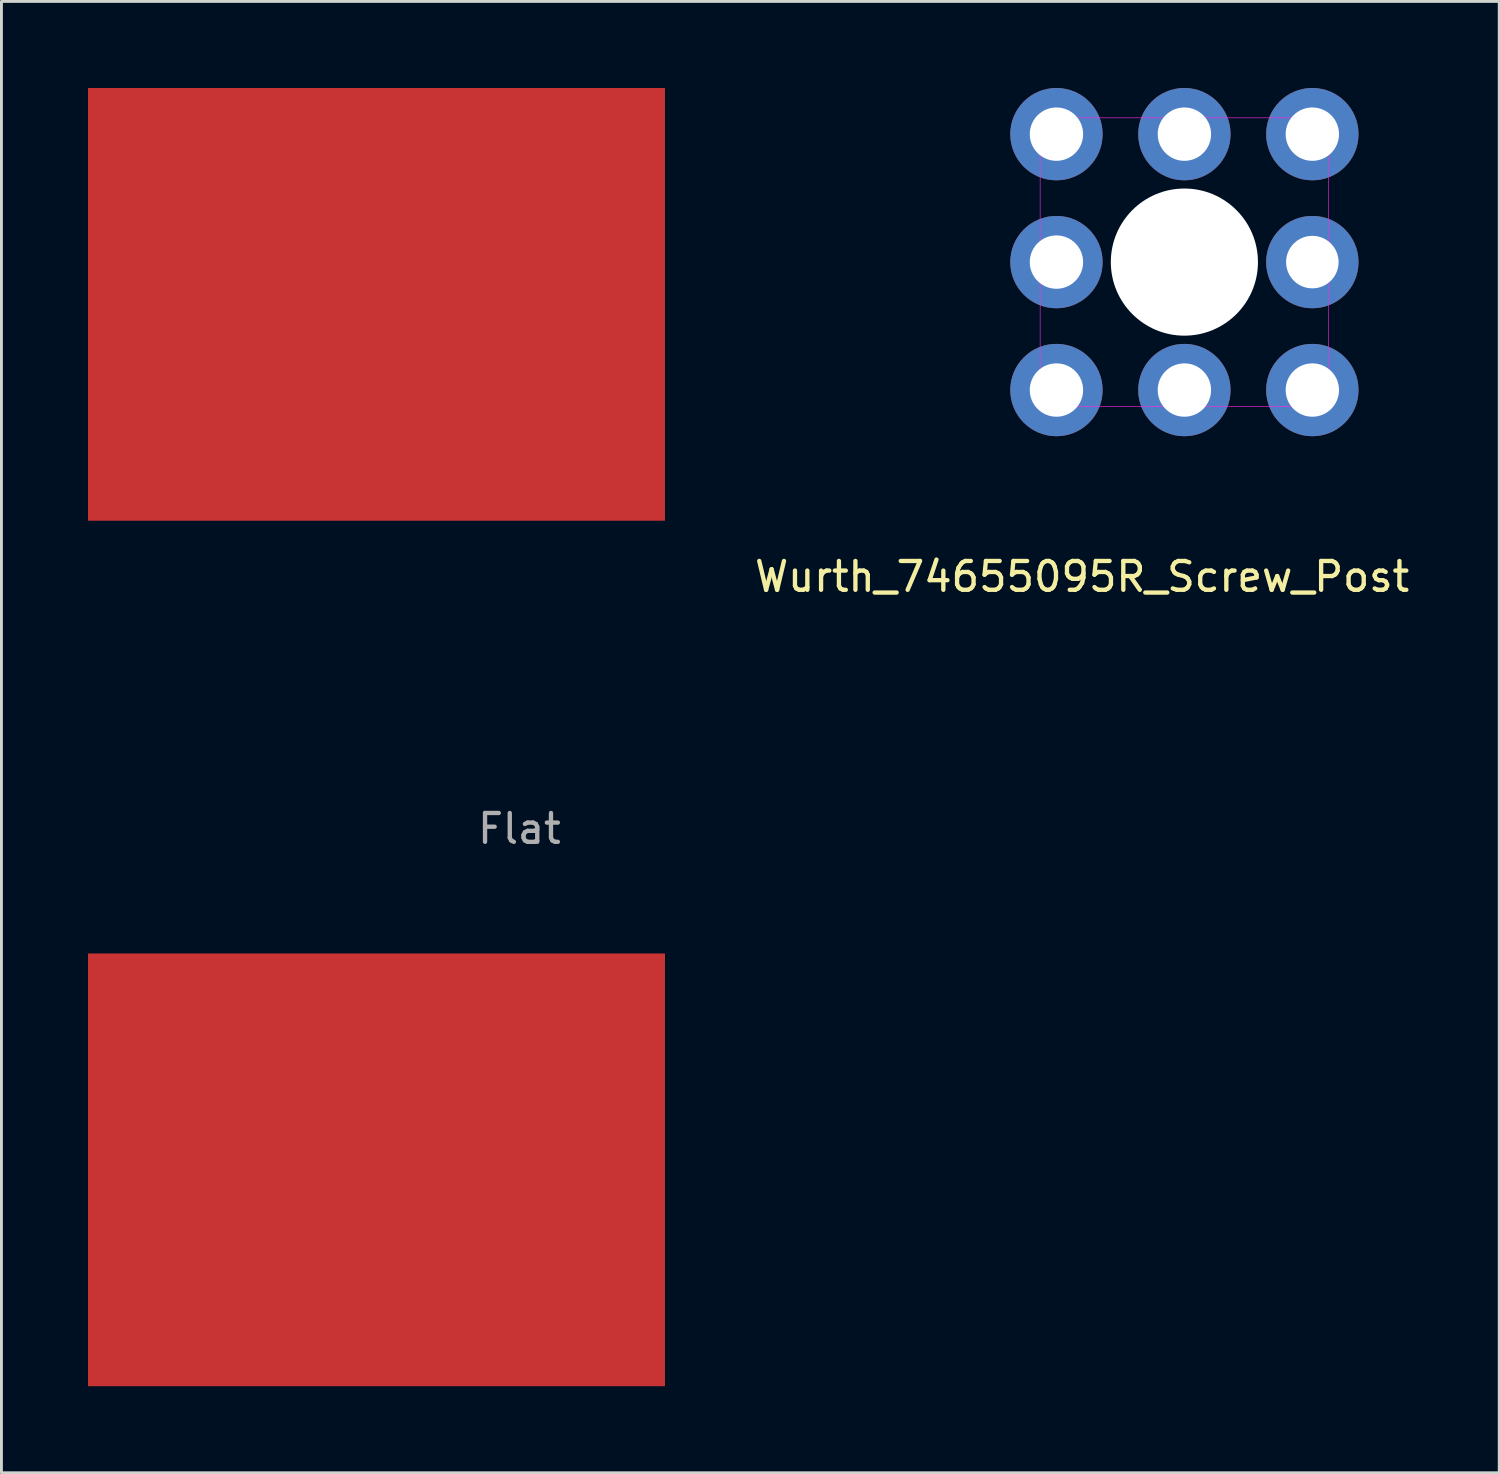
<source format=kicad_pcb>
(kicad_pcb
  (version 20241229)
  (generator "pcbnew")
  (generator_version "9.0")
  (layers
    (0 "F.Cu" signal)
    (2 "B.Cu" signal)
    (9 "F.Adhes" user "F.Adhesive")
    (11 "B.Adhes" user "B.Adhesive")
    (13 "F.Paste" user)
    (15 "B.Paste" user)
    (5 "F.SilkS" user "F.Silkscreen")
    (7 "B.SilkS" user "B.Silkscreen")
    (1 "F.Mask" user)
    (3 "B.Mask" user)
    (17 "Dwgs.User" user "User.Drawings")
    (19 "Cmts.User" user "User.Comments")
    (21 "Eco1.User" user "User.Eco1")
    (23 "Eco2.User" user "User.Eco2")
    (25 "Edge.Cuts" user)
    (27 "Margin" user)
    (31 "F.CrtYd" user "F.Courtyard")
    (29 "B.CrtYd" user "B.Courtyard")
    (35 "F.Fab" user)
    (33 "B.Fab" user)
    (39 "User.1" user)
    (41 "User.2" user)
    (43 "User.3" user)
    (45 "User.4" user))
  (footprint "Wurth_74655095R_Screw_Post"
    (layer "F.Cu")
    (at 33.569 10.47)
    (property "Reference" "Wurth_74655095R_Screw_Post" (at 0.889 6.469 0) (layer "F.SilkS") (effects (font (size 1 1) (thickness 0.15))))
    (attr through_hole)
    (fp_line (start -0.565 -9.435) (end -0.565 0.565) (stroke (width 0.02) (type solid)) (layer "F.CrtYd"))
    (fp_line (start 9.435 -9.435) (end -0.565 -9.435) (stroke (width 0.02) (type solid)) (layer "F.CrtYd"))
    (fp_line (start 9.435 -9.435) (end 9.435 0.565) (stroke (width 0.02) (type solid)) (layer "F.CrtYd"))
    (fp_line (start 9.435 0.565) (end -0.565 0.565) (stroke (width 0.02) (type solid)) (layer "F.CrtYd"))
    (pad "" np_thru_hole circle (at 4.435 -4.435) (size 5.1 5.1) (drill 5.1) (layers "*.Cu" "*.Mask"))
    (pad "1" thru_hole circle (at 0 -8.87) (size 3.2 3.2) (drill 1.85) (layers "*.Cu" "*.Mask"))
    (pad "1" thru_hole circle (at 0 -4.435) (size 3.2 3.2) (drill 1.85) (layers "*.Cu" "*.Mask"))
    (pad "1" thru_hole circle (at 0 0) (size 3.2 3.2) (drill 1.85) (layers "*.Cu" "*.Mask"))
    (pad "1" thru_hole circle (at 4.435 -8.87) (size 3.2 3.2) (drill 1.85) (layers "*.Cu" "*.Mask"))
    (pad "1" thru_hole circle (at 4.435 0) (size 3.2 3.2) (drill 1.85) (layers "*.Cu" "*.Mask"))
    (pad "1" thru_hole circle (at 8.87 -8.87) (size 3.2 3.2) (drill 1.85) (layers "*.Cu" "*.Mask"))
    (pad "1" thru_hole circle (at 8.87 -4.435) (size 3.2 3.2) (drill 1.82) (layers "*.Cu" "*.Mask"))
    (pad "1" thru_hole circle (at 8.87 0) (size 3.2 3.2) (drill 1.85) (layers "*.Cu" "*.Mask")))
  (footprint "Flat"
    (layer "F.Cu")
    (at 10 22.5)
    (property "Reference" "Flat" (at 4.953 3.175 0) (layer "F.Fab") (effects (font (size 1 1) (thickness 0.15))))
    (attr through_hole)
    (pad "1" smd rect (at 0 -15) (size 20 15) (layers "F.Cu" "F.Mask" "F.Paste"))
    (pad "1" smd rect (at 0 15 180) (size 20 15) (layers "F.Cu" "F.Mask" "F.Paste")))
  (gr_rect
    (start -3 -3)
    (end 48.917 48)
    (stroke (width 0.1) (type default))
    (fill no)
    (layer "Edge.Cuts")))
</source>
